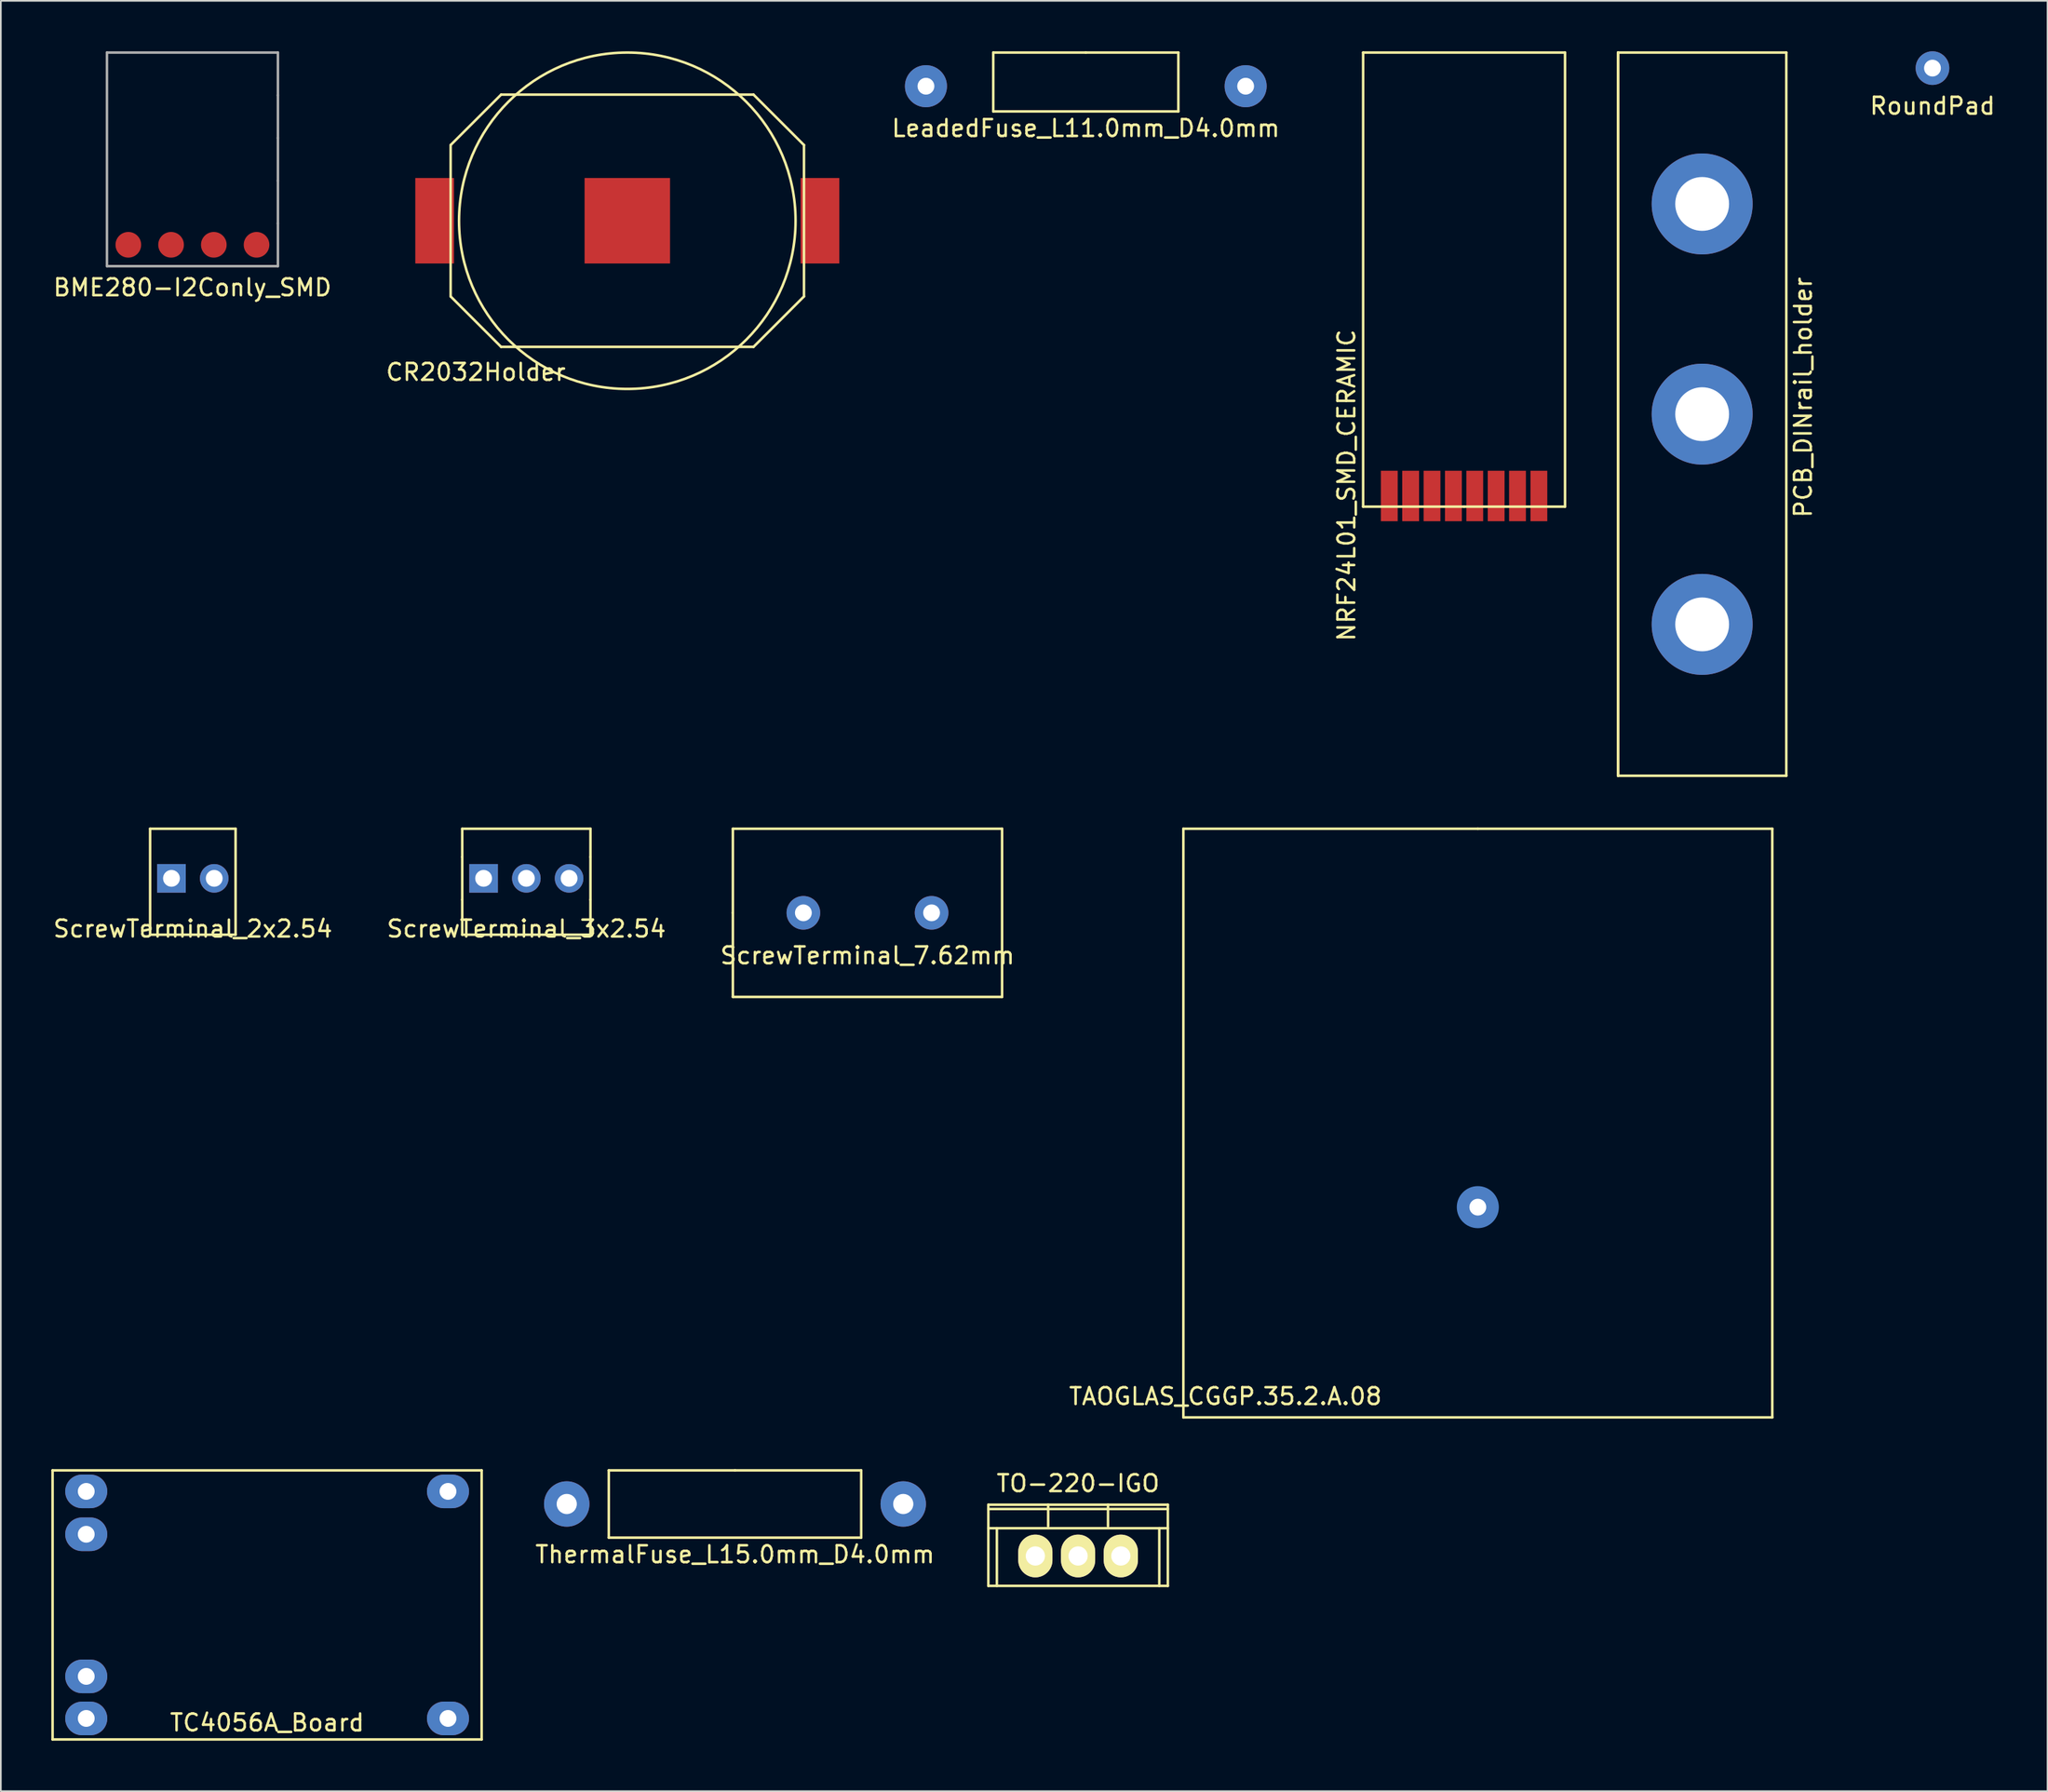
<source format=kicad_pcb>
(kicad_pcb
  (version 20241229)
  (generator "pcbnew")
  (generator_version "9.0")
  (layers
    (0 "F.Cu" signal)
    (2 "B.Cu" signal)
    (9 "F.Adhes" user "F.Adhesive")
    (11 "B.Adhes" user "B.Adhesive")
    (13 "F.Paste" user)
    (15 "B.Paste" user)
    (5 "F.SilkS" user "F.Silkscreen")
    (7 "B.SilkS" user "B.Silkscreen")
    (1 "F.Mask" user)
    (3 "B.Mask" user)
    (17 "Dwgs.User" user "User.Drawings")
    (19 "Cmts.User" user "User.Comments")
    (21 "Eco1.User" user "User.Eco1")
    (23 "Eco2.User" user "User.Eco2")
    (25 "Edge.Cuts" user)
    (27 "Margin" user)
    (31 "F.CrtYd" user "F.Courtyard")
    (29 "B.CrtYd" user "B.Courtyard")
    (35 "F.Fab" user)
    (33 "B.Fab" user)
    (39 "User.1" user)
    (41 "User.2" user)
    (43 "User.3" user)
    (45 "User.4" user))
  (footprint "ThermalFuse_L15.0mm_D4.0mm"
    (layer "F.Cu")
    (at 40.632 86.375)
    (property "Reference" "ThermalFuse_L15.0mm_D4.0mm" (at 0 3 0) (layer "F.SilkS") (effects (font (size 1 1) (thickness 0.15))))
    (attr through_hole)
    (fp_line (start -7.5 -2) (end 0 -2) (stroke (width 0.15) (type solid)) (layer "F.SilkS"))
    (fp_line (start -7.5 2) (end -7.5 -2) (stroke (width 0.15) (type solid)) (layer "F.SilkS"))
    (fp_line (start 0 -2) (end 7.5 -2) (stroke (width 0.15) (type solid)) (layer "F.SilkS"))
    (fp_line (start 7.5 -2) (end 7.5 2) (stroke (width 0.15) (type solid)) (layer "F.SilkS"))
    (fp_line (start 7.5 2) (end -7.5 2) (stroke (width 0.15) (type solid)) (layer "F.SilkS"))
    (pad "1" thru_hole circle (at -10 0) (size 2.7 2.7) (drill 1.2) (layers "*.Cu" "*.Mask"))
    (pad "2" thru_hole circle (at 10 0) (size 2.7 2.7) (drill 1.2) (layers "*.Cu" "*.Mask")))
  (footprint "NRF24L01_SMD_CERAMIC"
    (layer "F.Cu")
    (at 83.963 27.075)
    (property "Reference" "NRF24L01_SMD_CERAMIC" (at -6.985 -1.27 90) (layer "F.SilkS") (effects (font (size 1 1) (thickness 0.15))))
    (attr through_hole)
    (fp_line (start -6 -27) (end -6 0) (stroke (width 0.15) (type solid)) (layer "F.SilkS"))
    (fp_line (start -6 0) (end 0 0) (stroke (width 0.15) (type solid)) (layer "F.SilkS"))
    (fp_line (start 0 0) (end 6 0) (stroke (width 0.15) (type solid)) (layer "F.SilkS"))
    (fp_line (start 6 -27) (end -6 -27) (stroke (width 0.15) (type solid)) (layer "F.SilkS"))
    (fp_line (start 6 0) (end 6 -27) (stroke (width 0.15) (type solid)) (layer "F.SilkS"))
    (pad "1" smd rect (at -4.445 -0.635) (size 1 3) (layers "F.Cu" "F.Mask" "F.Paste"))
    (pad "2" smd rect (at -3.175 -0.635) (size 1 3) (layers "F.Cu" "F.Mask" "F.Paste"))
    (pad "3" smd rect (at -1.905 -0.635) (size 1 3) (layers "F.Cu" "F.Mask" "F.Paste"))
    (pad "4" smd rect (at -0.635 -0.635) (size 1 3) (layers "F.Cu" "F.Mask" "F.Paste"))
    (pad "5" smd rect (at 0.635 -0.635) (size 1 3) (layers "F.Cu" "F.Mask" "F.Paste"))
    (pad "6" smd rect (at 1.905 -0.635) (size 1 3) (layers "F.Cu" "F.Mask" "F.Paste"))
    (pad "7" smd rect (at 3.175 -0.635) (size 1 3) (layers "F.Cu" "F.Mask" "F.Paste"))
    (pad "8" smd rect (at 4.445 -0.635) (size 1 3) (layers "F.Cu" "F.Mask" "F.Paste")))
  (footprint "TO-220-IGO"
    (layer "F.Cu")
    (at 61.023 89.466)
    (property "Reference" "TO-220-IGO" (at 0 -4.318 0) (layer "F.SilkS") (effects (font (size 1 1) (thickness 0.15))))
    (attr through_hole)
    (fp_line (start -5.334 -3.048) (end -5.334 1.778) (stroke (width 0.15) (type solid)) (layer "F.SilkS"))
    (fp_line (start -5.334 -1.651) (end 5.334 -1.651) (stroke (width 0.15) (type solid)) (layer "F.SilkS"))
    (fp_line (start -4.826 -1.651) (end -4.826 1.778) (stroke (width 0.15) (type solid)) (layer "F.SilkS"))
    (fp_line (start -1.778 -1.778) (end -1.778 -3.048) (stroke (width 0.15) (type solid)) (layer "F.SilkS"))
    (fp_line (start 1.778 -1.778) (end 1.778 -3.048) (stroke (width 0.15) (type solid)) (layer "F.SilkS"))
    (fp_line (start 4.826 -1.651) (end 4.826 1.778) (stroke (width 0.15) (type solid)) (layer "F.SilkS"))
    (fp_line (start 5.334 -3.048) (end -5.334 -3.048) (stroke (width 0.15) (type solid)) (layer "F.SilkS"))
    (fp_line (start 5.334 -3.048) (end 5.334 1.778) (stroke (width 0.15) (type solid)) (layer "F.SilkS"))
    (fp_line (start 5.334 -2.794) (end -5.334 -2.794) (stroke (width 0.15) (type solid)) (layer "F.SilkS"))
    (fp_line (start 5.334 1.778) (end -5.334 1.778) (stroke (width 0.15) (type solid)) (layer "F.SilkS"))
    (pad "GND" thru_hole oval (at 0 0) (size 2.032 2.54) (drill 1.143) (layers "*.Cu" "*.Mask" "F.SilkS"))
    (pad "VI" thru_hole oval (at -2.54 0) (size 2.032 2.54) (drill 1.143) (layers "*.Cu" "*.Mask" "F.SilkS"))
    (pad "VO" thru_hole oval (at 2.54 0) (size 2.032 2.54) (drill 1.143) (layers "*.Cu" "*.Mask" "F.SilkS")))
  (footprint "BME280-I2Conly_SMD"
    (layer "F.Cu")
    (at 8.387 11.505)
    (property "Reference" "BME280-I2Conly_SMD" (at 0 2.54 0) (layer "F.SilkS") (effects (font (size 1 1) (thickness 0.15))))
    (attr through_hole)
    (fp_line (start -5.08 -11.43) (end -5.08 1.27) (stroke (width 0.15) (type solid)) (layer "F.Fab"))
    (fp_line (start -5.08 1.27) (end 5.08 1.27) (stroke (width 0.15) (type solid)) (layer "F.Fab"))
    (fp_line (start 5.08 -11.43) (end -5.08 -11.43) (stroke (width 0.15) (type solid)) (layer "F.Fab"))
    (fp_line (start 5.08 -8.89) (end 5.08 -11.43) (stroke (width 0.15) (type solid)) (layer "F.Fab"))
    (fp_line (start 5.08 -6.35) (end 5.08 -8.89) (stroke (width 0.15) (type solid)) (layer "F.Fab"))
    (fp_line (start 5.08 -3.81) (end 5.08 -6.35) (stroke (width 0.15) (type solid)) (layer "F.Fab"))
    (fp_line (start 5.08 -1.27) (end 5.08 -3.81) (stroke (width 0.15) (type solid)) (layer "F.Fab"))
    (fp_line (start 5.08 1.27) (end 5.08 -1.27) (stroke (width 0.15) (type solid)) (layer "F.Fab"))
    (pad "1" smd circle (at -3.81 0) (size 1.524 1.524) (layers "F.Cu" "F.Mask" "F.Paste"))
    (pad "2" smd circle (at -1.27 0) (size 1.524 1.524) (layers "F.Cu" "F.Mask" "F.Paste"))
    (pad "3" smd circle (at 1.27 0) (size 1.524 1.524) (layers "F.Cu" "F.Mask" "F.Paste"))
    (pad "4" smd circle (at 3.81 0) (size 1.524 1.524) (layers "F.Cu" "F.Mask" "F.Paste")))
  (footprint "ScrewTerminal_7.62mm"
    (layer "F.Cu")
    (at 48.506 51.225)
    (property "Reference" "ScrewTerminal_7.62mm" (at 0 2.54 0) (layer "F.SilkS") (effects (font (size 1 1) (thickness 0.15))))
    (attr through_hole)
    (fp_line (start -8 -5) (end 8 -5) (stroke (width 0.15) (type solid)) (layer "F.SilkS"))
    (fp_line (start -8 0) (end -8 -5) (stroke (width 0.15) (type solid)) (layer "F.SilkS"))
    (fp_line (start -8 5) (end -8 0) (stroke (width 0.15) (type solid)) (layer "F.SilkS"))
    (fp_line (start 8 -5) (end 8 5) (stroke (width 0.15) (type solid)) (layer "F.SilkS"))
    (fp_line (start 8 5) (end -8 5) (stroke (width 0.15) (type solid)) (layer "F.SilkS"))
    (pad "1" thru_hole circle (at -3.81 0) (size 2 2) (drill 1) (layers "*.Cu" "*.Mask"))
    (pad "2" thru_hole circle (at 3.81 0) (size 2 2) (drill 1) (layers "*.Cu" "*.Mask")))
  (footprint "PCB_DINrail_holder"
    (layer "F.Cu")
    (at 98.113 21.575)
    (property "Reference" "PCB_DINrail_holder" (at 6 -1 90) (layer "F.SilkS") (effects (font (size 1 1) (thickness 0.15))))
    (attr through_hole)
    (fp_line (start -5 -21.5) (end -5 21.5) (stroke (width 0.15) (type solid)) (layer "F.SilkS"))
    (fp_line (start -5 -21.5) (end -5 21.5) (stroke (width 0.15) (type solid)) (layer "F.SilkS"))
    (fp_line (start -5 21.5) (end 5 21.5) (stroke (width 0.15) (type solid)) (layer "F.SilkS"))
    (fp_line (start 5 -21.5) (end -5 -21.5) (stroke (width 0.15) (type solid)) (layer "F.SilkS"))
    (fp_line (start 5 -21.5) (end 5 21.5) (stroke (width 0.15) (type solid)) (layer "F.SilkS"))
    (pad "" np_thru_hole oval (at 0 -12.5 270) (size 6 6) (drill 3.2) (layers "*.Cu" "*.Mask"))
    (pad "" np_thru_hole oval (at 0 0 270) (size 6 6) (drill 3.2) (layers "*.Cu" "*.Mask"))
    (pad "" np_thru_hole oval (at 0 12.5 270) (size 6 6) (drill 3.2) (layers "*.Cu" "*.Mask")))
  (footprint "LeadedFuse_L11.0mm_D4.0mm"
    (layer "F.Cu")
    (at 61.481 2.075)
    (property "Reference" "LeadedFuse_L11.0mm_D4.0mm" (at 0 2.5 0) (layer "F.SilkS") (effects (font (size 1 1) (thickness 0.15))))
    (attr through_hole)
    (fp_line (start -5.5 -2) (end 0 -2) (stroke (width 0.15) (type solid)) (layer "F.SilkS"))
    (fp_line (start -5.5 1.5) (end -5.5 -2) (stroke (width 0.15) (type solid)) (layer "F.SilkS"))
    (fp_line (start 0 -2) (end 5.5 -2) (stroke (width 0.15) (type solid)) (layer "F.SilkS"))
    (fp_line (start 5.5 -2) (end 5.5 1.5) (stroke (width 0.15) (type solid)) (layer "F.SilkS"))
    (fp_line (start 5.5 1.5) (end -5.5 1.5) (stroke (width 0.15) (type solid)) (layer "F.SilkS"))
    (pad "1" thru_hole circle (at -9.5 0) (size 2.5 2.5) (drill 1) (layers "*.Cu" "*.Mask"))
    (pad "2" thru_hole circle (at 9.5 0) (size 2.5 2.5) (drill 1) (layers "*.Cu" "*.Mask")))
  (footprint "CR2032Holder"
    (layer "F.Cu")
    (at 34.232 10.075)
    (property "Reference" "CR2032Holder" (at -9 9 0) (layer "F.SilkS") (effects (font (size 1 1) (thickness 0.15))))
    (attr through_hole)
    (fp_line (start -10.5 -4.5) (end -10.5 4.5) (stroke (width 0.15) (type solid)) (layer "F.SilkS"))
    (fp_line (start -10.5 -4.5) (end -7.5 -7.5) (stroke (width 0.15) (type solid)) (layer "F.SilkS"))
    (fp_line (start -10.5 4.5) (end -7.5 7.5) (stroke (width 0.15) (type solid)) (layer "F.SilkS"))
    (fp_line (start -7.5 -7.5) (end 7.5 -7.5) (stroke (width 0.15) (type solid)) (layer "F.SilkS"))
    (fp_line (start -7.5 7.5) (end 7.5 7.5) (stroke (width 0.15) (type solid)) (layer "F.SilkS"))
    (fp_line (start 10.5 -4.5) (end 7.5 -7.5) (stroke (width 0.15) (type solid)) (layer "F.SilkS"))
    (fp_line (start 10.5 -4.5) (end 10.5 4.5) (stroke (width 0.15) (type solid)) (layer "F.SilkS"))
    (fp_line (start 10.5 4.5) (end 7.5 7.5) (stroke (width 0.15) (type solid)) (layer "F.SilkS"))
    (fp_circle (center 0 0) (end 0 -10) (stroke (width 0.15) (type solid)) (fill no) (layer "F.SilkS"))
    (pad "1" smd rect (at -11.45 0) (size 2.3 5.08) (layers "F.Cu" "F.Mask" "F.Paste"))
    (pad "1" smd rect (at 11.45 0) (size 2.3 5.08) (layers "F.Cu" "F.Mask" "F.Paste"))
    (pad "2" smd rect (at 0 0) (size 5.08 5.08) (layers "F.Cu" "F.Mask" "F.Paste")))
  (footprint "ScrewTerminal_3x2.54"
    (layer "F.Cu")
    (at 28.232 49.175)
    (property "Reference" "ScrewTerminal_3x2.54" (at 0 3 0) (layer "F.SilkS") (effects (font (size 1 1) (thickness 0.15))))
    (attr through_hole)
    (fp_line (start -3.81 -2.95) (end 3.81 -2.95) (stroke (width 0.15) (type solid)) (layer "F.SilkS"))
    (fp_line (start -3.81 -1.27) (end -3.81 -2.95) (stroke (width 0.15) (type solid)) (layer "F.SilkS"))
    (fp_line (start -3.81 1.27) (end -3.81 -1.27) (stroke (width 0.15) (type solid)) (layer "F.SilkS"))
    (fp_line (start -3.81 3.35) (end -3.81 1.27) (stroke (width 0.15) (type solid)) (layer "F.SilkS"))
    (fp_line (start 3.81 -1.27) (end 3.81 -2.95) (stroke (width 0.15) (type solid)) (layer "F.SilkS"))
    (fp_line (start 3.81 -1.27) (end 3.81 1.27) (stroke (width 0.15) (type solid)) (layer "F.SilkS"))
    (fp_line (start 3.81 1.27) (end 3.81 3.35) (stroke (width 0.15) (type solid)) (layer "F.SilkS"))
    (fp_line (start 3.81 3.35) (end -3.81 3.35) (stroke (width 0.15) (type solid)) (layer "F.SilkS"))
    (pad "1" thru_hole rect (at -2.54 0) (size 1.7 1.7) (drill 1) (layers "*.Cu" "*.Mask"))
    (pad "2" thru_hole circle (at 0 0) (size 1.7 1.7) (drill 1) (layers "*.Cu" "*.Mask"))
    (pad "3" thru_hole circle (at 2.54 0) (size 1.7 1.7) (drill 1) (layers "*.Cu" "*.Mask")))
  (footprint "TAOGLAS_CGGP.35.2.A.08"
    (layer "F.Cu")
    (at 84.78 63.725)
    (property "Reference" "TAOGLAS_CGGP.35.2.A.08" (at -15 16.25 0) (layer "F.SilkS") (effects (font (size 1 1) (thickness 0.15))))
    (attr through_hole)
    (fp_line (start -17.5 -17.5) (end 0 -17.5) (stroke (width 0.15) (type solid)) (layer "F.SilkS"))
    (fp_line (start -17.5 17.5) (end -17.5 -17.5) (stroke (width 0.15) (type solid)) (layer "F.SilkS"))
    (fp_line (start 0 -17.5) (end 17.5 -17.5) (stroke (width 0.15) (type solid)) (layer "F.SilkS"))
    (fp_line (start 17.5 -17.5) (end 17.5 17.5) (stroke (width 0.15) (type solid)) (layer "F.SilkS"))
    (fp_line (start 17.5 17.5) (end -17.5 17.5) (stroke (width 0.15) (type solid)) (layer "F.SilkS"))
    (pad "1" smd circle (at 0 5) (size 1 1) (layers "F.Cu"))
    (pad "1" thru_hole circle (at 0 5) (size 1.1 1.1) (drill 1) (layers "B.Cu"))
    (pad "1" smd circle (at 0 5) (size 2.5 2.5) (layers "B.Cu" "B.Mask" "B.Paste")))
  (footprint "TC4056A_Board"
    (layer "F.Cu")
    (at 12.825 92.375)
    (property "Reference" "TC4056A_Board" (at 0 7 0) (layer "F.SilkS") (effects (font (size 1 1) (thickness 0.15))))
    (attr through_hole)
    (fp_line (start -12.75 -8) (end -12.75 8) (stroke (width 0.15) (type solid)) (layer "F.SilkS"))
    (fp_line (start -12.75 -8) (end 12.75 -8) (stroke (width 0.15) (type solid)) (layer "F.SilkS"))
    (fp_line (start -12.75 8) (end 12.75 8) (stroke (width 0.15) (type solid)) (layer "F.SilkS"))
    (fp_line (start 12.75 -8) (end 12.75 8) (stroke (width 0.15) (type solid)) (layer "F.SilkS"))
    (pad "1" thru_hole oval (at 10.75 6.75) (size 2.5 2) (drill 1) (layers "*.Cu" "*.Mask"))
    (pad "2" thru_hole oval (at 10.75 -6.75) (size 2.5 2) (drill 1) (layers "*.Cu" "*.Mask"))
    (pad "3" thru_hole oval (at -10.75 4.25) (size 2.5 2) (drill 1) (layers "*.Cu" "*.Mask"))
    (pad "4" thru_hole oval (at -10.75 -4.2) (size 2.5 2) (drill 1) (layers "*.Cu" "*.Mask"))
    (pad "5" thru_hole oval (at -10.75 6.75) (size 2.5 2) (drill 1) (layers "*.Cu" "*.Mask"))
    (pad "6" thru_hole oval (at -10.75 -6.75) (size 2.5 2) (drill 1) (layers "*.Cu" "*.Mask")))
  (footprint "ScrewTerminal_2x2.54"
    (layer "F.Cu")
    (at 8.411 49.175)
    (property "Reference" "ScrewTerminal_2x2.54" (at 0 3 0) (layer "F.SilkS") (effects (font (size 1 1) (thickness 0.15))))
    (attr through_hole)
    (fp_line (start -2.54 -2.95) (end -2.54 3.35) (stroke (width 0.15) (type solid)) (layer "F.SilkS"))
    (fp_line (start -2.54 -2.95) (end 2.54 -2.95) (stroke (width 0.15) (type solid)) (layer "F.SilkS"))
    (fp_line (start -2.54 3.35) (end 2.54 3.35) (stroke (width 0.15) (type solid)) (layer "F.SilkS"))
    (fp_line (start 2.54 -2.95) (end 2.54 3.35) (stroke (width 0.15) (type solid)) (layer "F.SilkS"))
    (pad "1" thru_hole rect (at -1.27 0) (size 1.7 1.7) (drill 1) (layers "*.Cu" "*.Mask"))
    (pad "2" thru_hole circle (at 1.27 0) (size 1.7 1.7) (drill 1) (layers "*.Cu" "*.Mask")))
  (footprint "RoundPad"
    (layer "F.Cu")
    (at 111.801 1)
    (property "Reference" "RoundPad" (at 0 2.25 0) (layer "F.SilkS") (effects (font (size 1 1) (thickness 0.15))))
    (attr through_hole)
    (pad "1" thru_hole oval (at 0 0) (size 2 2) (drill 1) (layers "*.Cu" "*.Mask")))
  (gr_rect
    (start -3 -3)
    (end 118.64 103.45)
    (stroke (width 0.1) (type default))
    (fill no)
    (layer "Edge.Cuts")))
</source>
